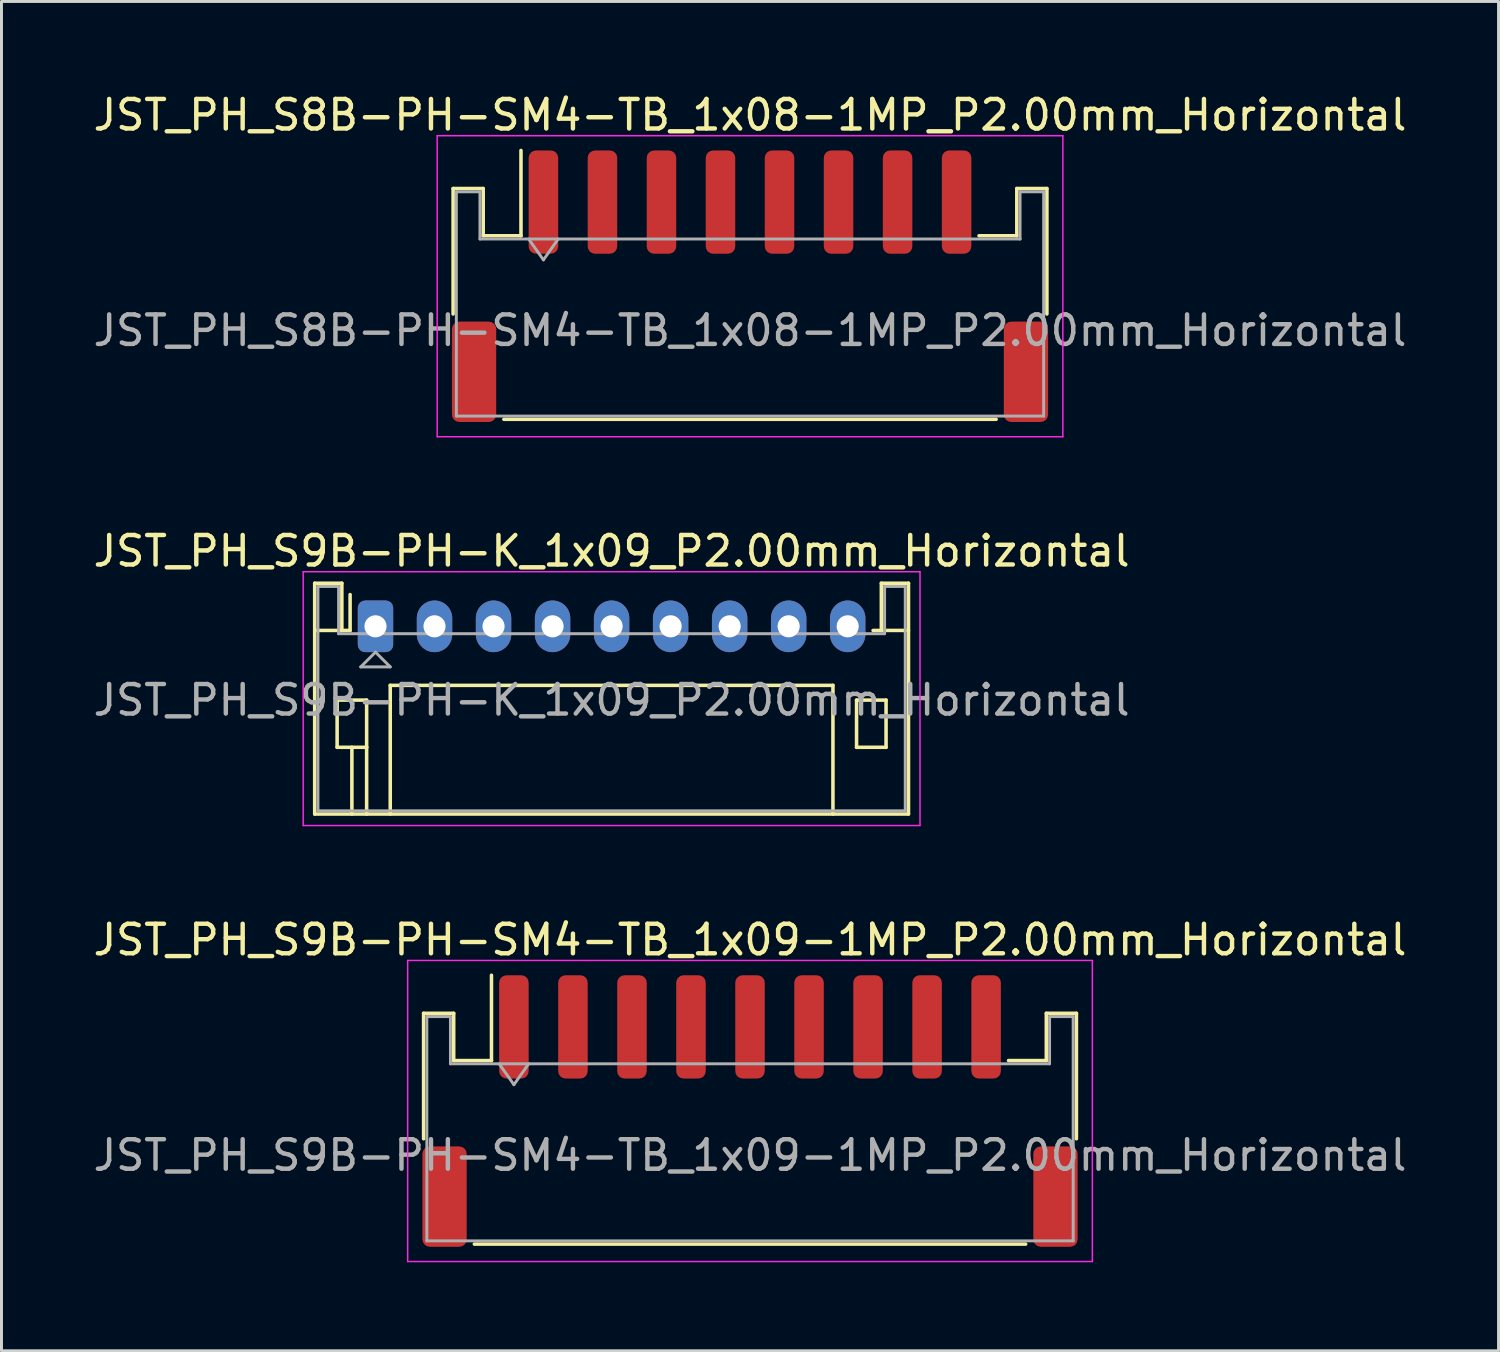
<source format=kicad_pcb>
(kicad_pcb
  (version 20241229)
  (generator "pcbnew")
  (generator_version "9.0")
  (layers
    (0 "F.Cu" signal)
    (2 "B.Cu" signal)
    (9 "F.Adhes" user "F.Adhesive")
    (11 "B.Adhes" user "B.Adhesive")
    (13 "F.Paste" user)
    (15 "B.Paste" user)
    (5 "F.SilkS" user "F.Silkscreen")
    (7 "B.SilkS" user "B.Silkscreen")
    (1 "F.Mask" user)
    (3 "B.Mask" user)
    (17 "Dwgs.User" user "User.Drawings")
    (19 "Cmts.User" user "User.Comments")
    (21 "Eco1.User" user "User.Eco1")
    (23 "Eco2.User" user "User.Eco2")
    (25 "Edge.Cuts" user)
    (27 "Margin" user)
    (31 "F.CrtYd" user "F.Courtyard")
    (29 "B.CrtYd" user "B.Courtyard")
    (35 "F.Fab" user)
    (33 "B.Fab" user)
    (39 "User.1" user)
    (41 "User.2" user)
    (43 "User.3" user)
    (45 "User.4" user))
  (footprint "JST_PH_S9B-PH-SM4-TB_1x09-1MP_P2.00mm_Horizontal"
    (layer "F.Cu")
    (at 22.363 34.595)
    (property "Reference" "JST_PH_S9B-PH-SM4-TB_1x09-1MP_P2.00mm_Horizontal" (at 0 -5.8 0) (layer "F.SilkS") (effects (font (size 1 1) (thickness 0.15))))
    (attr smd)
    (fp_line (start -11.06 -3.31) (end -10.04 -3.31) (stroke (width 0.12) (type solid)) (layer "F.SilkS"))
    (fp_line (start -11.06 0.94) (end -11.06 -3.31) (stroke (width 0.12) (type solid)) (layer "F.SilkS"))
    (fp_line (start -10.04 -3.31) (end -10.04 -1.71) (stroke (width 0.12) (type solid)) (layer "F.SilkS"))
    (fp_line (start -10.04 -1.71) (end -8.76 -1.71) (stroke (width 0.12) (type solid)) (layer "F.SilkS"))
    (fp_line (start -9.34 4.51) (end 9.34 4.51) (stroke (width 0.12) (type solid)) (layer "F.SilkS"))
    (fp_line (start -8.76 -1.71) (end -8.76 -4.6) (stroke (width 0.12) (type solid)) (layer "F.SilkS"))
    (fp_line (start 10.04 -3.31) (end 10.04 -1.71) (stroke (width 0.12) (type solid)) (layer "F.SilkS"))
    (fp_line (start 10.04 -1.71) (end 8.76 -1.71) (stroke (width 0.12) (type solid)) (layer "F.SilkS"))
    (fp_line (start 11.06 -3.31) (end 10.04 -3.31) (stroke (width 0.12) (type solid)) (layer "F.SilkS"))
    (fp_line (start 11.06 0.94) (end 11.06 -3.31) (stroke (width 0.12) (type solid)) (layer "F.SilkS"))
    (fp_line (start -11.6 -5.1) (end -11.6 5.1) (stroke (width 0.05) (type solid)) (layer "F.CrtYd"))
    (fp_line (start -11.6 5.1) (end 11.6 5.1) (stroke (width 0.05) (type solid)) (layer "F.CrtYd"))
    (fp_line (start 11.6 -5.1) (end -11.6 -5.1) (stroke (width 0.05) (type solid)) (layer "F.CrtYd"))
    (fp_line (start 11.6 5.1) (end 11.6 -5.1) (stroke (width 0.05) (type solid)) (layer "F.CrtYd"))
    (fp_line (start -10.95 -3.2) (end -10.95 4.4) (stroke (width 0.1) (type solid)) (layer "F.Fab"))
    (fp_line (start -10.95 -3.2) (end -10.15 -3.2) (stroke (width 0.1) (type solid)) (layer "F.Fab"))
    (fp_line (start -10.95 4.4) (end 10.95 4.4) (stroke (width 0.1) (type solid)) (layer "F.Fab"))
    (fp_line (start -10.15 -3.2) (end -10.15 -1.6) (stroke (width 0.1) (type solid)) (layer "F.Fab"))
    (fp_line (start -10.15 -1.6) (end 10.15 -1.6) (stroke (width 0.1) (type solid)) (layer "F.Fab"))
    (fp_line (start -8.5 -1.6) (end -8 -0.893) (stroke (width 0.1) (type solid)) (layer "F.Fab"))
    (fp_line (start -8 -0.893) (end -7.5 -1.6) (stroke (width 0.1) (type solid)) (layer "F.Fab"))
    (fp_line (start 10.15 -3.2) (end 10.95 -3.2) (stroke (width 0.1) (type solid)) (layer "F.Fab"))
    (fp_line (start 10.15 -1.6) (end 10.15 -3.2) (stroke (width 0.1) (type solid)) (layer "F.Fab"))
    (fp_line (start 10.95 -3.2) (end 10.95 4.4) (stroke (width 0.1) (type solid)) (layer "F.Fab"))
    (fp_text user "${REFERENCE}" (at 0 1.5 0) (layer "F.Fab") (effects (font (size 1 1) (thickness 0.15))))
    (pad "1" smd roundrect (at -8 -2.85) (size 1 3.5) (layers "F.Cu" "F.Mask" "F.Paste") (roundrect_rratio 0.25))
    (pad "2" smd roundrect (at -6 -2.85) (size 1 3.5) (layers "F.Cu" "F.Mask" "F.Paste") (roundrect_rratio 0.25))
    (pad "3" smd roundrect (at -4 -2.85) (size 1 3.5) (layers "F.Cu" "F.Mask" "F.Paste") (roundrect_rratio 0.25))
    (pad "4" smd roundrect (at -2 -2.85) (size 1 3.5) (layers "F.Cu" "F.Mask" "F.Paste") (roundrect_rratio 0.25))
    (pad "5" smd roundrect (at 0 -2.85) (size 1 3.5) (layers "F.Cu" "F.Mask" "F.Paste") (roundrect_rratio 0.25))
    (pad "6" smd roundrect (at 2 -2.85) (size 1 3.5) (layers "F.Cu" "F.Mask" "F.Paste") (roundrect_rratio 0.25))
    (pad "7" smd roundrect (at 4 -2.85) (size 1 3.5) (layers "F.Cu" "F.Mask" "F.Paste") (roundrect_rratio 0.25))
    (pad "8" smd roundrect (at 6 -2.85) (size 1 3.5) (layers "F.Cu" "F.Mask" "F.Paste") (roundrect_rratio 0.25))
    (pad "9" smd roundrect (at 8 -2.85) (size 1 3.5) (layers "F.Cu" "F.Mask" "F.Paste") (roundrect_rratio 0.25))
    (pad "MP" smd roundrect (at -10.35 2.9) (size 1.5 3.4) (layers "F.Cu" "F.Mask" "F.Paste") (roundrect_rratio 0.167))
    (pad "MP" smd roundrect (at 10.35 2.9) (size 1.5 3.4) (layers "F.Cu" "F.Mask" "F.Paste") (roundrect_rratio 0.167)))
  (footprint "JST_PH_S9B-PH-K_1x09_P2.00mm_Horizontal"
    (layer "F.Cu")
    (at 9.673 18.172)
    (property "Reference" "JST_PH_S9B-PH-K_1x09_P2.00mm_Horizontal" (at 8 -2.55 0) (layer "F.SilkS") (effects (font (size 1 1) (thickness 0.15))))
    (attr through_hole)
    (fp_line (start -2.06 -1.46) (end -2.06 6.36) (stroke (width 0.12) (type solid)) (layer "F.SilkS"))
    (fp_line (start -2.06 0.14) (end -1.14 0.14) (stroke (width 0.12) (type solid)) (layer "F.SilkS"))
    (fp_line (start -2.06 6.36) (end 18.06 6.36) (stroke (width 0.12) (type solid)) (layer "F.SilkS"))
    (fp_line (start -1.3 2.5) (end -1.3 4.1) (stroke (width 0.12) (type solid)) (layer "F.SilkS"))
    (fp_line (start -1.3 4.1) (end -0.3 4.1) (stroke (width 0.12) (type solid)) (layer "F.SilkS"))
    (fp_line (start -1.14 -1.46) (end -2.06 -1.46) (stroke (width 0.12) (type solid)) (layer "F.SilkS"))
    (fp_line (start -1.14 0.14) (end -1.14 -1.46) (stroke (width 0.12) (type solid)) (layer "F.SilkS"))
    (fp_line (start -0.86 0.14) (end -1.14 0.14) (stroke (width 0.12) (type solid)) (layer "F.SilkS"))
    (fp_line (start -0.86 0.14) (end -0.86 -1.075) (stroke (width 0.12) (type solid)) (layer "F.SilkS"))
    (fp_line (start -0.8 4.1) (end -0.8 6.36) (stroke (width 0.12) (type solid)) (layer "F.SilkS"))
    (fp_line (start -0.3 2.5) (end -1.3 2.5) (stroke (width 0.12) (type solid)) (layer "F.SilkS"))
    (fp_line (start -0.3 4.1) (end -0.3 2.5) (stroke (width 0.12) (type solid)) (layer "F.SilkS"))
    (fp_line (start -0.3 4.1) (end -0.3 6.36) (stroke (width 0.12) (type solid)) (layer "F.SilkS"))
    (fp_line (start 0.5 2) (end 15.5 2) (stroke (width 0.12) (type solid)) (layer "F.SilkS"))
    (fp_line (start 0.5 6.36) (end 0.5 2) (stroke (width 0.12) (type solid)) (layer "F.SilkS"))
    (fp_line (start 15.5 2) (end 15.5 6.36) (stroke (width 0.12) (type solid)) (layer "F.SilkS"))
    (fp_line (start 16.3 2.5) (end 17.3 2.5) (stroke (width 0.12) (type solid)) (layer "F.SilkS"))
    (fp_line (start 16.3 4.1) (end 16.3 2.5) (stroke (width 0.12) (type solid)) (layer "F.SilkS"))
    (fp_line (start 17.14 -1.46) (end 17.14 0.14) (stroke (width 0.12) (type solid)) (layer "F.SilkS"))
    (fp_line (start 17.14 0.14) (end 16.86 0.14) (stroke (width 0.12) (type solid)) (layer "F.SilkS"))
    (fp_line (start 17.3 2.5) (end 17.3 4.1) (stroke (width 0.12) (type solid)) (layer "F.SilkS"))
    (fp_line (start 17.3 4.1) (end 16.3 4.1) (stroke (width 0.12) (type solid)) (layer "F.SilkS"))
    (fp_line (start 18.06 -1.46) (end 17.14 -1.46) (stroke (width 0.12) (type solid)) (layer "F.SilkS"))
    (fp_line (start 18.06 0.14) (end 17.14 0.14) (stroke (width 0.12) (type solid)) (layer "F.SilkS"))
    (fp_line (start 18.06 6.36) (end 18.06 -1.46) (stroke (width 0.12) (type solid)) (layer "F.SilkS"))
    (fp_line (start -2.45 -1.85) (end -2.45 6.75) (stroke (width 0.05) (type solid)) (layer "F.CrtYd"))
    (fp_line (start -2.45 6.75) (end 18.45 6.75) (stroke (width 0.05) (type solid)) (layer "F.CrtYd"))
    (fp_line (start 18.45 -1.85) (end -2.45 -1.85) (stroke (width 0.05) (type solid)) (layer "F.CrtYd"))
    (fp_line (start 18.45 6.75) (end 18.45 -1.85) (stroke (width 0.05) (type solid)) (layer "F.CrtYd"))
    (fp_line (start -1.95 -1.35) (end -1.95 6.25) (stroke (width 0.1) (type solid)) (layer "F.Fab"))
    (fp_line (start -1.95 6.25) (end 17.95 6.25) (stroke (width 0.1) (type solid)) (layer "F.Fab"))
    (fp_line (start -1.25 -1.35) (end -1.95 -1.35) (stroke (width 0.1) (type solid)) (layer "F.Fab"))
    (fp_line (start -1.25 0.25) (end -1.25 -1.35) (stroke (width 0.1) (type solid)) (layer "F.Fab"))
    (fp_line (start -0.5 1.375) (end 0.5 1.375) (stroke (width 0.1) (type solid)) (layer "F.Fab"))
    (fp_line (start 0 0.875) (end -0.5 1.375) (stroke (width 0.1) (type solid)) (layer "F.Fab"))
    (fp_line (start 0.5 1.375) (end 0 0.875) (stroke (width 0.1) (type solid)) (layer "F.Fab"))
    (fp_line (start 17.25 -1.35) (end 17.25 0.25) (stroke (width 0.1) (type solid)) (layer "F.Fab"))
    (fp_line (start 17.25 0.25) (end -1.25 0.25) (stroke (width 0.1) (type solid)) (layer "F.Fab"))
    (fp_line (start 17.95 -1.35) (end 17.25 -1.35) (stroke (width 0.1) (type solid)) (layer "F.Fab"))
    (fp_line (start 17.95 6.25) (end 17.95 -1.35) (stroke (width 0.1) (type solid)) (layer "F.Fab"))
    (fp_text user "${REFERENCE}" (at 8 2.5 0) (layer "F.Fab") (effects (font (size 1 1) (thickness 0.15))))
    (pad "1" thru_hole roundrect (at 0 0) (size 1.2 1.75) (drill 0.75) (layers "*.Cu" "*.Mask") (roundrect_rratio 0.208))
    (pad "2" thru_hole oval (at 2 0) (size 1.2 1.75) (drill 0.75) (layers "*.Cu" "*.Mask"))
    (pad "3" thru_hole oval (at 4 0) (size 1.2 1.75) (drill 0.75) (layers "*.Cu" "*.Mask"))
    (pad "4" thru_hole oval (at 6 0) (size 1.2 1.75) (drill 0.75) (layers "*.Cu" "*.Mask"))
    (pad "5" thru_hole oval (at 8 0) (size 1.2 1.75) (drill 0.75) (layers "*.Cu" "*.Mask"))
    (pad "6" thru_hole oval (at 10 0) (size 1.2 1.75) (drill 0.75) (layers "*.Cu" "*.Mask"))
    (pad "7" thru_hole oval (at 12 0) (size 1.2 1.75) (drill 0.75) (layers "*.Cu" "*.Mask"))
    (pad "8" thru_hole oval (at 14 0) (size 1.2 1.75) (drill 0.75) (layers "*.Cu" "*.Mask"))
    (pad "9" thru_hole oval (at 16 0) (size 1.2 1.75) (drill 0.75) (layers "*.Cu" "*.Mask")))
  (footprint "JST_PH_S8B-PH-SM4-TB_1x08-1MP_P2.00mm_Horizontal"
    (layer "F.Cu")
    (at 22.363 6.648)
    (property "Reference" "JST_PH_S8B-PH-SM4-TB_1x08-1MP_P2.00mm_Horizontal" (at 0 -5.8 0) (layer "F.SilkS") (effects (font (size 1 1) (thickness 0.15))))
    (attr smd)
    (fp_line (start -10.06 -3.31) (end -9.04 -3.31) (stroke (width 0.12) (type solid)) (layer "F.SilkS"))
    (fp_line (start -10.06 0.94) (end -10.06 -3.31) (stroke (width 0.12) (type solid)) (layer "F.SilkS"))
    (fp_line (start -9.04 -3.31) (end -9.04 -1.71) (stroke (width 0.12) (type solid)) (layer "F.SilkS"))
    (fp_line (start -9.04 -1.71) (end -7.76 -1.71) (stroke (width 0.12) (type solid)) (layer "F.SilkS"))
    (fp_line (start -8.34 4.51) (end 8.34 4.51) (stroke (width 0.12) (type solid)) (layer "F.SilkS"))
    (fp_line (start -7.76 -1.71) (end -7.76 -4.6) (stroke (width 0.12) (type solid)) (layer "F.SilkS"))
    (fp_line (start 9.04 -3.31) (end 9.04 -1.71) (stroke (width 0.12) (type solid)) (layer "F.SilkS"))
    (fp_line (start 9.04 -1.71) (end 7.76 -1.71) (stroke (width 0.12) (type solid)) (layer "F.SilkS"))
    (fp_line (start 10.06 -3.31) (end 9.04 -3.31) (stroke (width 0.12) (type solid)) (layer "F.SilkS"))
    (fp_line (start 10.06 0.94) (end 10.06 -3.31) (stroke (width 0.12) (type solid)) (layer "F.SilkS"))
    (fp_line (start -10.6 -5.1) (end -10.6 5.1) (stroke (width 0.05) (type solid)) (layer "F.CrtYd"))
    (fp_line (start -10.6 5.1) (end 10.6 5.1) (stroke (width 0.05) (type solid)) (layer "F.CrtYd"))
    (fp_line (start 10.6 -5.1) (end -10.6 -5.1) (stroke (width 0.05) (type solid)) (layer "F.CrtYd"))
    (fp_line (start 10.6 5.1) (end 10.6 -5.1) (stroke (width 0.05) (type solid)) (layer "F.CrtYd"))
    (fp_line (start -9.95 -3.2) (end -9.95 4.4) (stroke (width 0.1) (type solid)) (layer "F.Fab"))
    (fp_line (start -9.95 -3.2) (end -9.15 -3.2) (stroke (width 0.1) (type solid)) (layer "F.Fab"))
    (fp_line (start -9.95 4.4) (end 9.95 4.4) (stroke (width 0.1) (type solid)) (layer "F.Fab"))
    (fp_line (start -9.15 -3.2) (end -9.15 -1.6) (stroke (width 0.1) (type solid)) (layer "F.Fab"))
    (fp_line (start -9.15 -1.6) (end 9.15 -1.6) (stroke (width 0.1) (type solid)) (layer "F.Fab"))
    (fp_line (start -7.5 -1.6) (end -7 -0.893) (stroke (width 0.1) (type solid)) (layer "F.Fab"))
    (fp_line (start -7 -0.893) (end -6.5 -1.6) (stroke (width 0.1) (type solid)) (layer "F.Fab"))
    (fp_line (start 9.15 -3.2) (end 9.95 -3.2) (stroke (width 0.1) (type solid)) (layer "F.Fab"))
    (fp_line (start 9.15 -1.6) (end 9.15 -3.2) (stroke (width 0.1) (type solid)) (layer "F.Fab"))
    (fp_line (start 9.95 -3.2) (end 9.95 4.4) (stroke (width 0.1) (type solid)) (layer "F.Fab"))
    (fp_text user "${REFERENCE}" (at 0 1.5 0) (layer "F.Fab") (effects (font (size 1 1) (thickness 0.15))))
    (pad "1" smd roundrect (at -7 -2.85) (size 1 3.5) (layers "F.Cu" "F.Mask" "F.Paste") (roundrect_rratio 0.25))
    (pad "2" smd roundrect (at -5 -2.85) (size 1 3.5) (layers "F.Cu" "F.Mask" "F.Paste") (roundrect_rratio 0.25))
    (pad "3" smd roundrect (at -3 -2.85) (size 1 3.5) (layers "F.Cu" "F.Mask" "F.Paste") (roundrect_rratio 0.25))
    (pad "4" smd roundrect (at -1 -2.85) (size 1 3.5) (layers "F.Cu" "F.Mask" "F.Paste") (roundrect_rratio 0.25))
    (pad "5" smd roundrect (at 1 -2.85) (size 1 3.5) (layers "F.Cu" "F.Mask" "F.Paste") (roundrect_rratio 0.25))
    (pad "6" smd roundrect (at 3 -2.85) (size 1 3.5) (layers "F.Cu" "F.Mask" "F.Paste") (roundrect_rratio 0.25))
    (pad "7" smd roundrect (at 5 -2.85) (size 1 3.5) (layers "F.Cu" "F.Mask" "F.Paste") (roundrect_rratio 0.25))
    (pad "8" smd roundrect (at 7 -2.85) (size 1 3.5) (layers "F.Cu" "F.Mask" "F.Paste") (roundrect_rratio 0.25))
    (pad "MP" smd roundrect (at -9.35 2.9) (size 1.5 3.4) (layers "F.Cu" "F.Mask" "F.Paste") (roundrect_rratio 0.167))
    (pad "MP" smd roundrect (at 9.35 2.9) (size 1.5 3.4) (layers "F.Cu" "F.Mask" "F.Paste") (roundrect_rratio 0.167)))
  (gr_rect
    (start -3 -3)
    (end 47.726 42.72)
    (stroke (width 0.1) (type default))
    (fill no)
    (layer "Edge.Cuts")))
</source>
